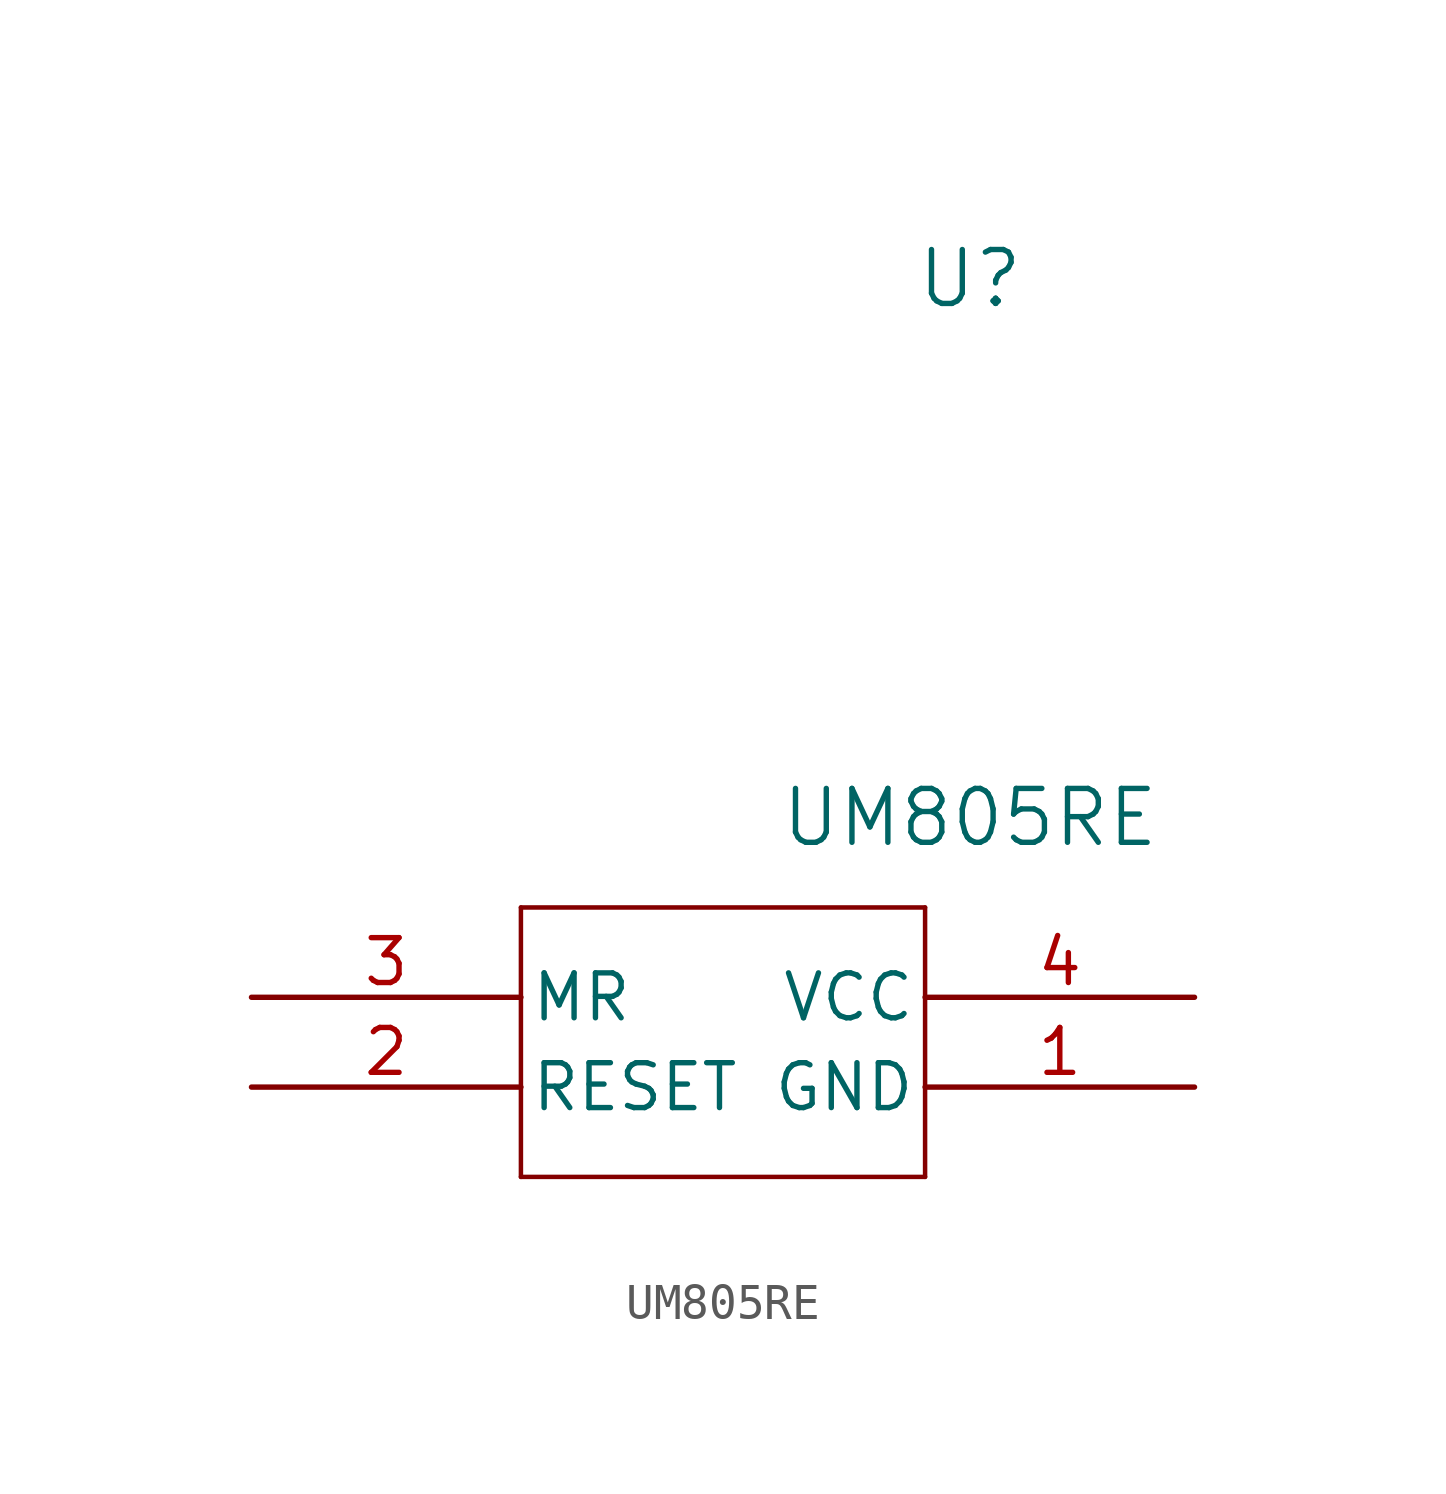
<source format=kicad_sym>
(kicad_symbol_lib
  (version 20220914)
  (generator kicad_symbol_editor)
  (symbol "UM805RE"
    (pin_names
      (offset 0.254))
    (property "Reference" "U"
      (at 20.32 12.7 0)
      (effects (font (size 1.524 1.524))))
    (property "Value" "UM805RE"
      (at 20.32 -2.54 0)
      (effects (font (size 1.524 1.524))))
    (property "ki_locked" ""
      (at 0 0 0)
      (effects (font (size 1.27 1.27))))
    (symbol "UM805RE_0_1"
      (polyline (pts (xy 7.62 -12.7) (xy 7.62 -5.08)) (stroke (width 0.127) (type default)) (fill (type none)))
      (polyline (pts (xy 7.62 -12.7) (xy 19.05 -12.7)) (stroke (width 0.127) (type default)) (fill (type none)))
      (polyline (pts (xy 19.05 -5.08) (xy 7.62 -5.08)) (stroke (width 0.127) (type default)) (fill (type none)))
      (polyline (pts (xy 19.05 -5.08) (xy 19.05 -12.7)) (stroke (width 0.127) (type default)) (fill (type none)))
      (pin power_out line (at 26.67 -10.16 180) (length 7.62) (name "GND" (effects (font (size 1.27 1.27)))) (number "1" (effects (font (size 1.27 1.27)))))
      (pin unspecified line (at 0 -10.16 0) (length 7.62) (name "RESET" (effects (font (size 1.27 1.27)))) (number "2" (effects (font (size 1.27 1.27)))))
      (pin unspecified line (at 0 -7.62 0) (length 7.62) (name "MR" (effects (font (size 1.27 1.27)))) (number "3" (effects (font (size 1.27 1.27)))))
      (pin power_in line (at 26.67 -7.62 180) (length 7.62) (name "VCC" (effects (font (size 1.27 1.27)))) (number "4" (effects (font (size 1.27 1.27))))))))
</source>
